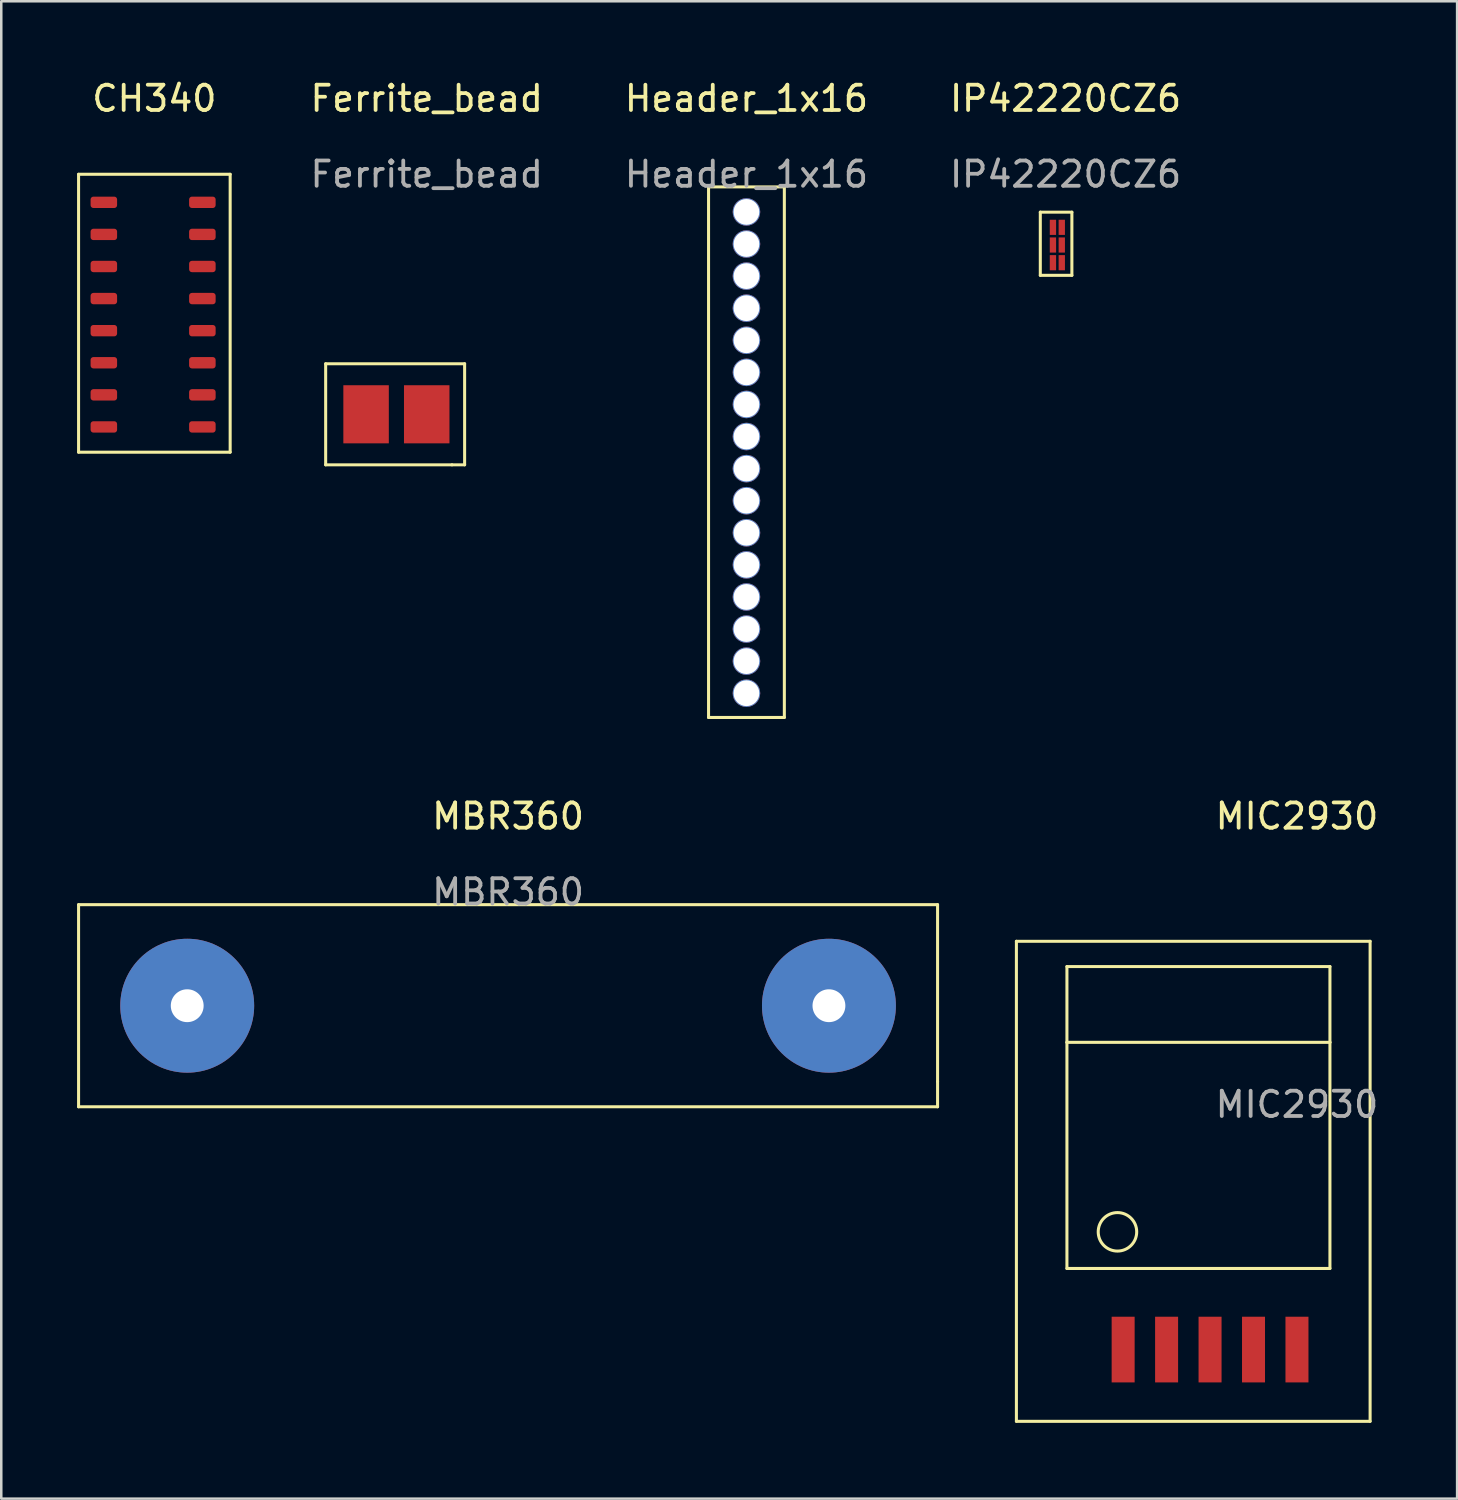
<source format=kicad_pcb>
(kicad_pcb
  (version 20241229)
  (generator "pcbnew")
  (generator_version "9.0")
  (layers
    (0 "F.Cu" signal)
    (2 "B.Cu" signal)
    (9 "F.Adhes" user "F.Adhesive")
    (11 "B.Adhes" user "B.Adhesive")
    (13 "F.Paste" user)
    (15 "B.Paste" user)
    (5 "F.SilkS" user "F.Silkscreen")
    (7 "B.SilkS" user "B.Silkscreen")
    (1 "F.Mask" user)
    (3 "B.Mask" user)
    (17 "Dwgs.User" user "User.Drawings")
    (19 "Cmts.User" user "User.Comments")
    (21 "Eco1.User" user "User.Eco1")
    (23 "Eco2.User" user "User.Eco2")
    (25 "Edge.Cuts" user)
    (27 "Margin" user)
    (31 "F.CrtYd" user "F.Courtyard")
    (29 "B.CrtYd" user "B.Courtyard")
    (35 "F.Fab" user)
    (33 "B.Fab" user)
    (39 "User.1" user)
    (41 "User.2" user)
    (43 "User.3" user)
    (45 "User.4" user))
  (footprint "IP42220CZ6"
    (layer "F.Cu")
    (at 38.626 7.348)
    (property "Reference" "IP42220CZ6" (at 0.5 -6.5 0) (unlocked yes) (layer "F.SilkS") (effects (font (size 1 1) (thickness 0.15))))
    (attr smd)
    (fp_line (start -0.5 -2) (end -0.5 0.5) (stroke (width 0.12) (type solid)) (layer "F.SilkS"))
    (fp_line (start -0.5 0.5) (end 0.75 0.5) (stroke (width 0.12) (type solid)) (layer "F.SilkS"))
    (fp_line (start 0.75 -2) (end -0.5 -2) (stroke (width 0.12) (type solid)) (layer "F.SilkS"))
    (fp_line (start 0.75 0.5) (end 0.75 -2) (stroke (width 0.12) (type solid)) (layer "F.SilkS"))
    (fp_text user "${REFERENCE}" (at 0.5 -3.5 0) (unlocked yes) (layer "F.Fab") (effects (font (size 1 1) (thickness 0.15))))
    (pad "1" smd rect (at -0.000007 -0.000004) (size 0.25 0.6) (layers "F.Cu" "F.Mask" "F.Paste"))
    (pad "2" smd rect (at -0.000007 -0.7) (size 0.25 0.6) (layers "F.Cu" "F.Mask" "F.Paste"))
    (pad "3" smd rect (at -0.000007 -1.4) (size 0.25 0.6) (layers "F.Cu" "F.Mask" "F.Paste"))
    (pad "4" smd rect (at 0.35 -0.000004) (size 0.25 0.6) (layers "F.Cu" "F.Mask" "F.Paste"))
    (pad "5" smd rect (at 0.35 -0.7) (size 0.25 0.6) (layers "F.Cu" "F.Mask" "F.Paste"))
    (pad "6" smd rect (at 0.35 -1.4) (size 0.25 0.6) (layers "F.Cu" "F.Mask" "F.Paste")))
  (footprint "CH340"
    (layer "F.Cu")
    (at 1.06 13.848)
    (property "Reference" "CH340" (at 2 -13 0) (unlocked yes) (layer "F.SilkS") (effects (font (size 1 1) (thickness 0.15))))
    (attr smd)
    (fp_line (start -1 -10) (end 5 -10) (stroke (width 0.12) (type solid)) (layer "F.SilkS"))
    (fp_line (start -1 1) (end -1 -10) (stroke (width 0.12) (type solid)) (layer "F.SilkS"))
    (fp_line (start 5 -10) (end 5 1) (stroke (width 0.12) (type solid)) (layer "F.SilkS"))
    (fp_line (start 5 1) (end -1 1) (stroke (width 0.12) (type solid)) (layer "F.SilkS"))
    (pad "1" smd roundrect (at 0 0) (size 1.05 0.45) (layers "F.Cu" "F.Mask" "F.Paste") (roundrect_rratio 0.25))
    (pad "2" smd roundrect (at 0 -1.27) (size 1.05 0.45) (layers "F.Cu" "F.Mask" "F.Paste") (roundrect_rratio 0.25))
    (pad "3" smd roundrect (at 0 -2.54) (size 1.05 0.45) (layers "F.Cu" "F.Mask" "F.Paste") (roundrect_rratio 0.25))
    (pad "4" smd roundrect (at 0 -3.81) (size 1.05 0.45) (layers "F.Cu" "F.Mask" "F.Paste") (roundrect_rratio 0.25))
    (pad "5" smd roundrect (at 0 -5.08) (size 1.05 0.45) (layers "F.Cu" "F.Mask" "F.Paste") (roundrect_rratio 0.25))
    (pad "6" smd roundrect (at 0 -6.35) (size 1.05 0.45) (layers "F.Cu" "F.Mask" "F.Paste") (roundrect_rratio 0.25))
    (pad "7" smd roundrect (at 0 -7.62) (size 1.05 0.45) (layers "F.Cu" "F.Mask" "F.Paste") (roundrect_rratio 0.25))
    (pad "8" smd roundrect (at 0 -8.89) (size 1.05 0.45) (layers "F.Cu" "F.Mask" "F.Paste") (roundrect_rratio 0.25))
    (pad "9" smd roundrect (at 3.9 -8.89) (size 1.05 0.45) (layers "F.Cu" "F.Mask" "F.Paste") (roundrect_rratio 0.25))
    (pad "10" smd roundrect (at 3.9 -7.62) (size 1.05 0.45) (layers "F.Cu" "F.Mask" "F.Paste") (roundrect_rratio 0.25))
    (pad "11" smd roundrect (at 3.9 -6.35) (size 1.05 0.45) (layers "F.Cu" "F.Mask" "F.Paste") (roundrect_rratio 0.25))
    (pad "12" smd roundrect (at 3.9 -5.08) (size 1.05 0.45) (layers "F.Cu" "F.Mask" "F.Paste") (roundrect_rratio 0.25))
    (pad "13" smd roundrect (at 3.9 -3.81) (size 1.05 0.45) (layers "F.Cu" "F.Mask" "F.Paste") (roundrect_rratio 0.25))
    (pad "14" smd roundrect (at 3.9 -2.54) (size 1.05 0.45) (layers "F.Cu" "F.Mask" "F.Paste") (roundrect_rratio 0.25))
    (pad "15" smd roundrect (at 3.9 -1.27) (size 1.05 0.45) (layers "F.Cu" "F.Mask" "F.Paste") (roundrect_rratio 0.25))
    (pad "16" smd roundrect (at 3.9 0) (size 1.05 0.45) (layers "F.Cu" "F.Mask" "F.Paste") (roundrect_rratio 0.25)))
  (footprint "MIC2930"
    (layer "F.Cu")
    (at 48.285 50.367)
    (property "Reference" "MIC2930" (at 0 -21.11 0) (unlocked yes) (layer "F.SilkS") (effects (font (size 1 1) (thickness 0.15))))
    (attr smd)
    (fp_line (start -11.105 -16.16) (end -11.105 2.84) (stroke (width 0.12) (type solid)) (layer "F.SilkS"))
    (fp_line (start -11.105 2.84) (end 2.895 2.84) (stroke (width 0.12) (type solid)) (layer "F.SilkS"))
    (fp_line (start -9.105 -15.16) (end 1.305 -15.16) (stroke (width 0.12) (type solid)) (layer "F.SilkS"))
    (fp_line (start -9.105 -12.16) (end -9.105 -15.16) (stroke (width 0.12) (type solid)) (layer "F.SilkS"))
    (fp_line (start -9.105 -12.16) (end -9.105 -3.21) (stroke (width 0.12) (type solid)) (layer "F.SilkS"))
    (fp_line (start -9.105 -3.21) (end 1.305 -3.21) (stroke (width 0.12) (type solid)) (layer "F.SilkS"))
    (fp_line (start 1.305 -15.16) (end 1.305 -12.16) (stroke (width 0.12) (type solid)) (layer "F.SilkS"))
    (fp_line (start 1.305 -12.16) (end -9.105 -12.16) (stroke (width 0.12) (type solid)) (layer "F.SilkS"))
    (fp_line (start 1.305 -3.21) (end 1.305 -12.16) (stroke (width 0.12) (type solid)) (layer "F.SilkS"))
    (fp_line (start 2.895 -16.16) (end -11.105 -16.16) (stroke (width 0.12) (type solid)) (layer "F.SilkS"))
    (fp_line (start 2.895 2.84) (end 2.895 -16.16) (stroke (width 0.12) (type solid)) (layer "F.SilkS"))
    (fp_circle (center -7.105 -4.66) (end -6.405 -4.96) (stroke (width 0.12) (type solid)) (fill no) (layer "F.SilkS"))
    (fp_text user "${REFERENCE}" (at 0 -9.7 0) (unlocked yes) (layer "F.Fab") (effects (font (size 1 1) (thickness 0.15))))
    (pad "1" smd rect (at -6.88 0) (size 0.91 2.6) (layers "F.Cu" "F.Mask" "F.Paste"))
    (pad "2" smd rect (at -5.16 0) (size 0.91 2.6) (layers "F.Cu" "F.Mask" "F.Paste"))
    (pad "3" smd rect (at -3.44 0) (size 0.91 2.6) (layers "F.Cu" "F.Mask" "F.Paste"))
    (pad "4" smd rect (at -1.72 0) (size 0.91 2.6) (layers "F.Cu" "F.Mask" "F.Paste"))
    (pad "5" smd rect (at 0 0) (size 0.91 2.6) (layers "F.Cu" "F.Mask" "F.Paste")))
  (footprint "Ferrite_bead"
    (layer "F.Cu")
    (at 13.84 13.348)
    (property "Reference" "Ferrite_bead" (at 0 -12.5 0) (unlocked yes) (layer "F.SilkS") (effects (font (size 1 1) (thickness 0.15))))
    (attr smd)
    (fp_line (start -4 -2) (end -4 2) (stroke (width 0.12) (type solid)) (layer "F.SilkS"))
    (fp_line (start -4 2) (end 1 2) (stroke (width 0.12) (type solid)) (layer "F.SilkS"))
    (fp_line (start 1 2) (end 1.5 2) (stroke (width 0.12) (type solid)) (layer "F.SilkS"))
    (fp_line (start 1.5 -2) (end -4 -2) (stroke (width 0.12) (type solid)) (layer "F.SilkS"))
    (fp_line (start 1.5 2) (end 1.5 -2) (stroke (width 0.12) (type solid)) (layer "F.SilkS"))
    (fp_text user "${REFERENCE}" (at 0 -9.5 0) (unlocked yes) (layer "F.Fab") (effects (font (size 1 1) (thickness 0.15))))
    (pad "1" smd rect (at -2.4 0) (size 1.8 2.3) (layers "F.Cu" "F.Mask" "F.Paste"))
    (pad "2" smd rect (at 0 0) (size 1.8 2.3) (layers "F.Cu" "F.Mask" "F.Paste")))
  (footprint "Header_1x16"
    (layer "F.Cu")
    (at 26.495 24.388)
    (property "Reference" "Header_1x16" (at 0 -23.54 0) (unlocked yes) (layer "F.SilkS") (effects (font (size 1 1) (thickness 0.15))))
    (attr smd)
    (fp_line (start -1.5 -20.04) (end 1.5 -20.04) (stroke (width 0.12) (type solid)) (layer "F.SilkS"))
    (fp_line (start -1.5 0.96) (end -1.5 -20.04) (stroke (width 0.12) (type solid)) (layer "F.SilkS"))
    (fp_line (start 1.5 -20.04) (end 1.5 0.96) (stroke (width 0.12) (type solid)) (layer "F.SilkS"))
    (fp_line (start 1.5 0.96) (end -1.5 0.96) (stroke (width 0.12) (type solid)) (layer "F.SilkS"))
    (fp_text user "${REFERENCE}" (at 0 -20.54 0) (unlocked yes) (layer "F.Fab") (effects (font (size 1 1) (thickness 0.15))))
    (pad "1" thru_hole circle (at 0 0) (size 1.09 1.09) (drill 1.02) (layers "*.Cu" "*.Mask"))
    (pad "2" thru_hole circle (at 0 -1.27) (size 1.09 1.09) (drill 1.02) (layers "*.Cu" "*.Mask"))
    (pad "3" thru_hole circle (at 0 -2.54) (size 1.09 1.09) (drill 1.02) (layers "*.Cu" "*.Mask"))
    (pad "4" thru_hole circle (at 0 -3.81) (size 1.09 1.09) (drill 1.02) (layers "*.Cu" "*.Mask"))
    (pad "5" thru_hole circle (at 0 -5.08) (size 1.09 1.09) (drill 1.02) (layers "*.Cu" "*.Mask"))
    (pad "6" thru_hole circle (at 0 -6.35) (size 1.09 1.09) (drill 1.02) (layers "*.Cu" "*.Mask"))
    (pad "7" thru_hole circle (at 0 -7.62) (size 1.09 1.09) (drill 1.02) (layers "*.Cu" "*.Mask"))
    (pad "8" thru_hole circle (at 0 -8.89) (size 1.09 1.09) (drill 1.02) (layers "*.Cu" "*.Mask"))
    (pad "9" thru_hole circle (at 0 -10.16) (size 1.09 1.09) (drill 1.02) (layers "*.Cu" "*.Mask"))
    (pad "10" thru_hole circle (at 0 -11.43) (size 1.09 1.09) (drill 1.02) (layers "*.Cu" "*.Mask"))
    (pad "11" thru_hole circle (at 0 -12.7) (size 1.09 1.09) (drill 1.02) (layers "*.Cu" "*.Mask"))
    (pad "12" thru_hole circle (at 0 -13.97) (size 1.09 1.09) (drill 1.02) (layers "*.Cu" "*.Mask"))
    (pad "13" thru_hole circle (at 0 -15.24) (size 1.09 1.09) (drill 1.02) (layers "*.Cu" "*.Mask"))
    (pad "14" thru_hole circle (at 0 -16.51) (size 1.09 1.09) (drill 1.02) (layers "*.Cu" "*.Mask"))
    (pad "15" thru_hole circle (at 0 -17.78) (size 1.09 1.09) (drill 1.02) (layers "*.Cu" "*.Mask"))
    (pad "16" thru_hole circle (at 0 -19.05) (size 1.09 1.09) (drill 1.02) (layers "*.Cu" "*.Mask")))
  (footprint "MBR360"
    (layer "F.Cu")
    (at 17.06 36.757)
    (property "Reference" "MBR360" (at 0 -7.5 0) (unlocked yes) (layer "F.SilkS") (effects (font (size 1 1) (thickness 0.15))))
    (attr smd)
    (fp_line (start -17 -4) (end 17 -4) (stroke (width 0.12) (type solid)) (layer "F.SilkS"))
    (fp_line (start -17 4) (end -17 -4) (stroke (width 0.12) (type solid)) (layer "F.SilkS"))
    (fp_line (start 17 -4) (end 17 3) (stroke (width 0.12) (type solid)) (layer "F.SilkS"))
    (fp_line (start 17 3) (end 17 4) (stroke (width 0.12) (type solid)) (layer "F.SilkS"))
    (fp_line (start 17 4) (end -17 4) (stroke (width 0.12) (type solid)) (layer "F.SilkS"))
    (fp_text user "${REFERENCE}" (at 0 -4.5 0) (unlocked yes) (layer "F.Fab") (effects (font (size 1 1) (thickness 0.15))))
    (pad "1" thru_hole circle (at -12.7 0) (size 5.3 5.3) (drill 1.3) (layers "*.Cu" "*.Mask"))
    (pad "2" thru_hole circle (at 12.7 0) (size 5.3 5.3) (drill 1.3) (layers "*.Cu" "*.Mask")))
  (gr_rect
    (start -3 -3)
    (end 54.624 56.267)
    (stroke (width 0.1) (type default))
    (fill no)
    (layer "Edge.Cuts")))
</source>
